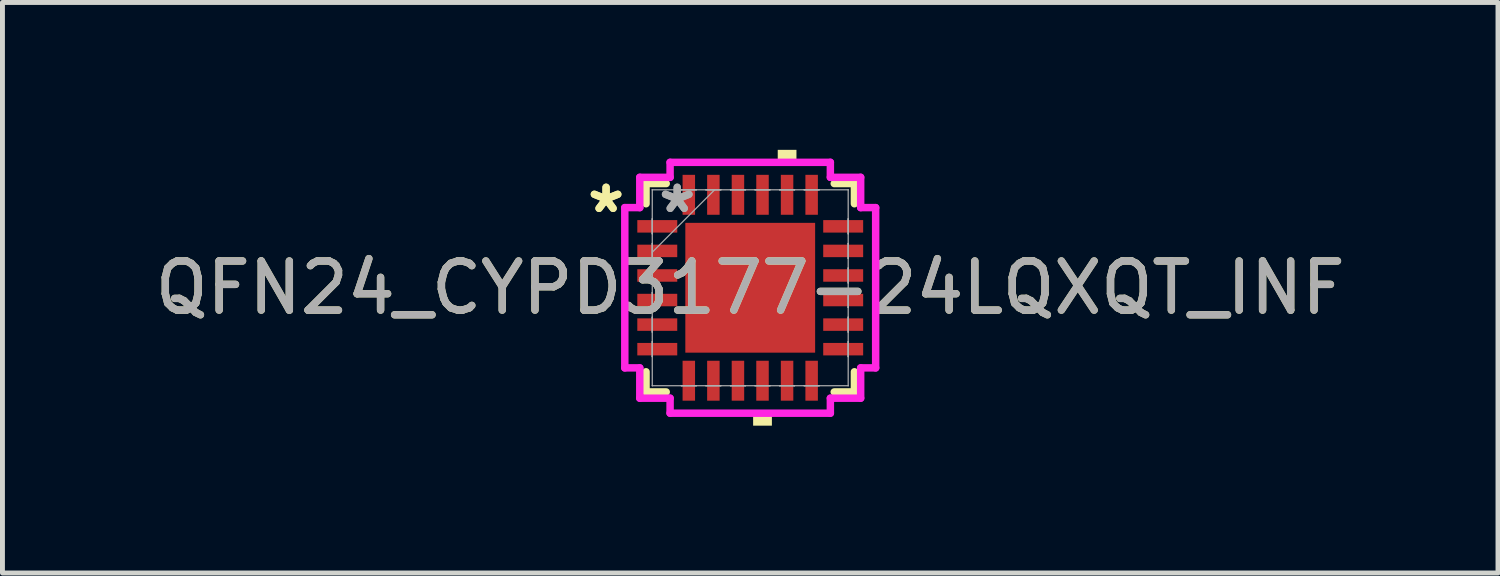
<source format=kicad_pcb>
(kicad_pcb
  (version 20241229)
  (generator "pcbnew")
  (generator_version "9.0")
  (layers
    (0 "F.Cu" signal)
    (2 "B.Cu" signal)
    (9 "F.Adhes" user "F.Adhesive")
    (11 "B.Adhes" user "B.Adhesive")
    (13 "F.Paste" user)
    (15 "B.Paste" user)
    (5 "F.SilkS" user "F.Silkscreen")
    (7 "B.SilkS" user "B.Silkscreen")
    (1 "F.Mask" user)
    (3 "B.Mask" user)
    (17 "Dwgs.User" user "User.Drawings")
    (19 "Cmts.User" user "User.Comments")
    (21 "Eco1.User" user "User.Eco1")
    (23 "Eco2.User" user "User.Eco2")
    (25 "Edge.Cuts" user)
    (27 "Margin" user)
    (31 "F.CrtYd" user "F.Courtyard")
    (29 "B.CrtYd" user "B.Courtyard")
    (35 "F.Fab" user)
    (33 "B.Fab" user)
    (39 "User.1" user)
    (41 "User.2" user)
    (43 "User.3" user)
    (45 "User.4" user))
  (footprint "QFN24_CYPD3177-24LQXQT_INF"
    (layer "F.Cu")
    (at 12.22 2.807)
    (property "Reference" "QFN24_CYPD3177-24LQXQT_INF" (at 0 0 0) (unlocked yes) (layer "F.SilkS") (effects (font (size 1 1) (thickness 0.15))))
    (attr smd)
    (fp_line (start -2.121 -2.121) (end -2.121 -1.71) (stroke (width 0.152) (type solid)) (layer "F.SilkS"))
    (fp_line (start -2.121 1.71) (end -2.121 2.121) (stroke (width 0.152) (type solid)) (layer "F.SilkS"))
    (fp_line (start -2.121 2.121) (end -1.71 2.121) (stroke (width 0.152) (type solid)) (layer "F.SilkS"))
    (fp_line (start -1.71 -2.121) (end -2.121 -2.121) (stroke (width 0.152) (type solid)) (layer "F.SilkS"))
    (fp_line (start 1.71 2.121) (end 2.121 2.121) (stroke (width 0.152) (type solid)) (layer "F.SilkS"))
    (fp_line (start 2.121 -2.121) (end 1.71 -2.121) (stroke (width 0.152) (type solid)) (layer "F.SilkS"))
    (fp_line (start 2.121 -1.71) (end 2.121 -2.121) (stroke (width 0.152) (type solid)) (layer "F.SilkS"))
    (fp_line (start 2.121 2.121) (end 2.121 1.71) (stroke (width 0.152) (type solid)) (layer "F.SilkS"))
    (fp_poly (pts (xy 0.059 2.553) (xy 0.059 2.807) (xy 0.441 2.807) (xy 0.441 2.553)) (stroke (width 0) (type solid)) (fill yes) (layer "F.SilkS"))
    (fp_poly (pts (xy 0.56 -2.553) (xy 0.56 -2.807) (xy 0.941 -2.807) (xy 0.941 -2.553)) (stroke (width 0) (type solid)) (fill yes) (layer "F.SilkS"))
    (fp_poly (pts (xy -1.221 -1.221) (xy -1.221 -0.1) (xy -0.1 -0.1) (xy -0.1 -1.221)) (stroke (width 0) (type solid)) (fill yes) (layer "F.Paste"))
    (fp_poly (pts (xy -1.221 0.1) (xy -1.221 1.221) (xy -0.1 1.221) (xy -0.1 0.1)) (stroke (width 0) (type solid)) (fill yes) (layer "F.Paste"))
    (fp_poly (pts (xy 0.1 -1.221) (xy 0.1 -0.1) (xy 1.221 -0.1) (xy 1.221 -1.221)) (stroke (width 0) (type solid)) (fill yes) (layer "F.Paste"))
    (fp_poly (pts (xy 0.1 0.1) (xy 0.1 1.221) (xy 1.221 1.221) (xy 1.221 0.1)) (stroke (width 0) (type solid)) (fill yes) (layer "F.Paste"))
    (fp_line (start -2.553 -1.631) (end -2.248 -1.631) (stroke (width 0.152) (type solid)) (layer "F.CrtYd"))
    (fp_line (start -2.553 1.631) (end -2.553 -1.631) (stroke (width 0.152) (type solid)) (layer "F.CrtYd"))
    (fp_line (start -2.248 -2.248) (end -1.631 -2.248) (stroke (width 0.152) (type solid)) (layer "F.CrtYd"))
    (fp_line (start -2.248 -1.631) (end -2.248 -2.248) (stroke (width 0.152) (type solid)) (layer "F.CrtYd"))
    (fp_line (start -2.248 1.631) (end -2.553 1.631) (stroke (width 0.152) (type solid)) (layer "F.CrtYd"))
    (fp_line (start -2.248 2.248) (end -2.248 1.631) (stroke (width 0.152) (type solid)) (layer "F.CrtYd"))
    (fp_line (start -1.631 -2.553) (end 1.631 -2.553) (stroke (width 0.152) (type solid)) (layer "F.CrtYd"))
    (fp_line (start -1.631 -2.248) (end -1.631 -2.553) (stroke (width 0.152) (type solid)) (layer "F.CrtYd"))
    (fp_line (start -1.631 2.248) (end -2.248 2.248) (stroke (width 0.152) (type solid)) (layer "F.CrtYd"))
    (fp_line (start -1.631 2.553) (end -1.631 2.248) (stroke (width 0.152) (type solid)) (layer "F.CrtYd"))
    (fp_line (start 1.631 -2.553) (end 1.631 -2.248) (stroke (width 0.152) (type solid)) (layer "F.CrtYd"))
    (fp_line (start 1.631 -2.248) (end 2.248 -2.248) (stroke (width 0.152) (type solid)) (layer "F.CrtYd"))
    (fp_line (start 1.631 2.248) (end 1.631 2.553) (stroke (width 0.152) (type solid)) (layer "F.CrtYd"))
    (fp_line (start 1.631 2.553) (end -1.631 2.553) (stroke (width 0.152) (type solid)) (layer "F.CrtYd"))
    (fp_line (start 2.248 -2.248) (end 2.248 -1.631) (stroke (width 0.152) (type solid)) (layer "F.CrtYd"))
    (fp_line (start 2.248 -1.631) (end 2.553 -1.631) (stroke (width 0.152) (type solid)) (layer "F.CrtYd"))
    (fp_line (start 2.248 1.631) (end 2.248 2.248) (stroke (width 0.152) (type solid)) (layer "F.CrtYd"))
    (fp_line (start 2.248 2.248) (end 1.631 2.248) (stroke (width 0.152) (type solid)) (layer "F.CrtYd"))
    (fp_line (start 2.553 -1.631) (end 2.553 1.631) (stroke (width 0.152) (type solid)) (layer "F.CrtYd"))
    (fp_line (start 2.553 1.631) (end 2.248 1.631) (stroke (width 0.152) (type solid)) (layer "F.CrtYd"))
    (fp_line (start -1.994 -1.994) (end -1.994 -1.994) (stroke (width 0.025) (type solid)) (layer "F.Fab"))
    (fp_line (start -1.994 -1.994) (end -1.994 1.994) (stroke (width 0.025) (type solid)) (layer "F.Fab"))
    (fp_line (start -1.994 -1.402) (end -1.994 -1.402) (stroke (width 0.025) (type solid)) (layer "F.Fab"))
    (fp_line (start -1.994 -1.402) (end -1.994 -1.098) (stroke (width 0.025) (type solid)) (layer "F.Fab"))
    (fp_line (start -1.994 -1.098) (end -1.994 -1.402) (stroke (width 0.025) (type solid)) (layer "F.Fab"))
    (fp_line (start -1.994 -1.098) (end -1.994 -1.098) (stroke (width 0.025) (type solid)) (layer "F.Fab"))
    (fp_line (start -1.994 -0.902) (end -1.994 -0.902) (stroke (width 0.025) (type solid)) (layer "F.Fab"))
    (fp_line (start -1.994 -0.902) (end -1.994 -0.598) (stroke (width 0.025) (type solid)) (layer "F.Fab"))
    (fp_line (start -1.994 -0.724) (end -0.724 -1.994) (stroke (width 0.025) (type solid)) (layer "F.Fab"))
    (fp_line (start -1.994 -0.598) (end -1.994 -0.902) (stroke (width 0.025) (type solid)) (layer "F.Fab"))
    (fp_line (start -1.994 -0.598) (end -1.994 -0.598) (stroke (width 0.025) (type solid)) (layer "F.Fab"))
    (fp_line (start -1.994 -0.402) (end -1.994 -0.402) (stroke (width 0.025) (type solid)) (layer "F.Fab"))
    (fp_line (start -1.994 -0.402) (end -1.994 -0.098) (stroke (width 0.025) (type solid)) (layer "F.Fab"))
    (fp_line (start -1.994 -0.098) (end -1.994 -0.402) (stroke (width 0.025) (type solid)) (layer "F.Fab"))
    (fp_line (start -1.994 -0.098) (end -1.994 -0.098) (stroke (width 0.025) (type solid)) (layer "F.Fab"))
    (fp_line (start -1.994 0.098) (end -1.994 0.098) (stroke (width 0.025) (type solid)) (layer "F.Fab"))
    (fp_line (start -1.994 0.098) (end -1.994 0.402) (stroke (width 0.025) (type solid)) (layer "F.Fab"))
    (fp_line (start -1.994 0.402) (end -1.994 0.098) (stroke (width 0.025) (type solid)) (layer "F.Fab"))
    (fp_line (start -1.994 0.402) (end -1.994 0.402) (stroke (width 0.025) (type solid)) (layer "F.Fab"))
    (fp_line (start -1.994 0.598) (end -1.994 0.598) (stroke (width 0.025) (type solid)) (layer "F.Fab"))
    (fp_line (start -1.994 0.598) (end -1.994 0.902) (stroke (width 0.025) (type solid)) (layer "F.Fab"))
    (fp_line (start -1.994 0.902) (end -1.994 0.598) (stroke (width 0.025) (type solid)) (layer "F.Fab"))
    (fp_line (start -1.994 0.902) (end -1.994 0.902) (stroke (width 0.025) (type solid)) (layer "F.Fab"))
    (fp_line (start -1.994 1.098) (end -1.994 1.098) (stroke (width 0.025) (type solid)) (layer "F.Fab"))
    (fp_line (start -1.994 1.098) (end -1.994 1.402) (stroke (width 0.025) (type solid)) (layer "F.Fab"))
    (fp_line (start -1.994 1.402) (end -1.994 1.098) (stroke (width 0.025) (type solid)) (layer "F.Fab"))
    (fp_line (start -1.994 1.402) (end -1.994 1.402) (stroke (width 0.025) (type solid)) (layer "F.Fab"))
    (fp_line (start -1.994 1.994) (end -1.994 1.994) (stroke (width 0.025) (type solid)) (layer "F.Fab"))
    (fp_line (start -1.994 1.994) (end 1.994 1.994) (stroke (width 0.025) (type solid)) (layer "F.Fab"))
    (fp_line (start -1.402 -1.994) (end -1.402 -1.994) (stroke (width 0.025) (type solid)) (layer "F.Fab"))
    (fp_line (start -1.402 -1.994) (end -1.098 -1.994) (stroke (width 0.025) (type solid)) (layer "F.Fab"))
    (fp_line (start -1.402 1.994) (end -1.402 1.994) (stroke (width 0.025) (type solid)) (layer "F.Fab"))
    (fp_line (start -1.402 1.994) (end -1.098 1.994) (stroke (width 0.025) (type solid)) (layer "F.Fab"))
    (fp_line (start -1.098 -1.994) (end -1.402 -1.994) (stroke (width 0.025) (type solid)) (layer "F.Fab"))
    (fp_line (start -1.098 -1.994) (end -1.098 -1.994) (stroke (width 0.025) (type solid)) (layer "F.Fab"))
    (fp_line (start -1.098 1.994) (end -1.402 1.994) (stroke (width 0.025) (type solid)) (layer "F.Fab"))
    (fp_line (start -1.098 1.994) (end -1.098 1.994) (stroke (width 0.025) (type solid)) (layer "F.Fab"))
    (fp_line (start -0.902 -1.994) (end -0.902 -1.994) (stroke (width 0.025) (type solid)) (layer "F.Fab"))
    (fp_line (start -0.902 -1.994) (end -0.598 -1.994) (stroke (width 0.025) (type solid)) (layer "F.Fab"))
    (fp_line (start -0.902 1.994) (end -0.902 1.994) (stroke (width 0.025) (type solid)) (layer "F.Fab"))
    (fp_line (start -0.902 1.994) (end -0.598 1.994) (stroke (width 0.025) (type solid)) (layer "F.Fab"))
    (fp_line (start -0.598 -1.994) (end -0.902 -1.994) (stroke (width 0.025) (type solid)) (layer "F.Fab"))
    (fp_line (start -0.598 -1.994) (end -0.598 -1.994) (stroke (width 0.025) (type solid)) (layer "F.Fab"))
    (fp_line (start -0.598 1.994) (end -0.902 1.994) (stroke (width 0.025) (type solid)) (layer "F.Fab"))
    (fp_line (start -0.598 1.994) (end -0.598 1.994) (stroke (width 0.025) (type solid)) (layer "F.Fab"))
    (fp_line (start -0.402 -1.994) (end -0.402 -1.994) (stroke (width 0.025) (type solid)) (layer "F.Fab"))
    (fp_line (start -0.402 -1.994) (end -0.098 -1.994) (stroke (width 0.025) (type solid)) (layer "F.Fab"))
    (fp_line (start -0.402 1.994) (end -0.402 1.994) (stroke (width 0.025) (type solid)) (layer "F.Fab"))
    (fp_line (start -0.402 1.994) (end -0.098 1.994) (stroke (width 0.025) (type solid)) (layer "F.Fab"))
    (fp_line (start -0.098 -1.994) (end -0.402 -1.994) (stroke (width 0.025) (type solid)) (layer "F.Fab"))
    (fp_line (start -0.098 -1.994) (end -0.098 -1.994) (stroke (width 0.025) (type solid)) (layer "F.Fab"))
    (fp_line (start -0.098 1.994) (end -0.402 1.994) (stroke (width 0.025) (type solid)) (layer "F.Fab"))
    (fp_line (start -0.098 1.994) (end -0.098 1.994) (stroke (width 0.025) (type solid)) (layer "F.Fab"))
    (fp_line (start 0.098 -1.994) (end 0.098 -1.994) (stroke (width 0.025) (type solid)) (layer "F.Fab"))
    (fp_line (start 0.098 -1.994) (end 0.402 -1.994) (stroke (width 0.025) (type solid)) (layer "F.Fab"))
    (fp_line (start 0.098 1.994) (end 0.098 1.994) (stroke (width 0.025) (type solid)) (layer "F.Fab"))
    (fp_line (start 0.098 1.994) (end 0.402 1.994) (stroke (width 0.025) (type solid)) (layer "F.Fab"))
    (fp_line (start 0.402 -1.994) (end 0.098 -1.994) (stroke (width 0.025) (type solid)) (layer "F.Fab"))
    (fp_line (start 0.402 -1.994) (end 0.402 -1.994) (stroke (width 0.025) (type solid)) (layer "F.Fab"))
    (fp_line (start 0.402 1.994) (end 0.098 1.994) (stroke (width 0.025) (type solid)) (layer "F.Fab"))
    (fp_line (start 0.402 1.994) (end 0.402 1.994) (stroke (width 0.025) (type solid)) (layer "F.Fab"))
    (fp_line (start 0.598 -1.994) (end 0.598 -1.994) (stroke (width 0.025) (type solid)) (layer "F.Fab"))
    (fp_line (start 0.598 -1.994) (end 0.902 -1.994) (stroke (width 0.025) (type solid)) (layer "F.Fab"))
    (fp_line (start 0.598 1.994) (end 0.598 1.994) (stroke (width 0.025) (type solid)) (layer "F.Fab"))
    (fp_line (start 0.598 1.994) (end 0.902 1.994) (stroke (width 0.025) (type solid)) (layer "F.Fab"))
    (fp_line (start 0.902 -1.994) (end 0.598 -1.994) (stroke (width 0.025) (type solid)) (layer "F.Fab"))
    (fp_line (start 0.902 -1.994) (end 0.902 -1.994) (stroke (width 0.025) (type solid)) (layer "F.Fab"))
    (fp_line (start 0.902 1.994) (end 0.598 1.994) (stroke (width 0.025) (type solid)) (layer "F.Fab"))
    (fp_line (start 0.902 1.994) (end 0.902 1.994) (stroke (width 0.025) (type solid)) (layer "F.Fab"))
    (fp_line (start 1.098 -1.994) (end 1.098 -1.994) (stroke (width 0.025) (type solid)) (layer "F.Fab"))
    (fp_line (start 1.098 -1.994) (end 1.402 -1.994) (stroke (width 0.025) (type solid)) (layer "F.Fab"))
    (fp_line (start 1.098 1.994) (end 1.098 1.994) (stroke (width 0.025) (type solid)) (layer "F.Fab"))
    (fp_line (start 1.098 1.994) (end 1.402 1.994) (stroke (width 0.025) (type solid)) (layer "F.Fab"))
    (fp_line (start 1.402 -1.994) (end 1.098 -1.994) (stroke (width 0.025) (type solid)) (layer "F.Fab"))
    (fp_line (start 1.402 -1.994) (end 1.402 -1.994) (stroke (width 0.025) (type solid)) (layer "F.Fab"))
    (fp_line (start 1.402 1.994) (end 1.098 1.994) (stroke (width 0.025) (type solid)) (layer "F.Fab"))
    (fp_line (start 1.402 1.994) (end 1.402 1.994) (stroke (width 0.025) (type solid)) (layer "F.Fab"))
    (fp_line (start 1.994 -1.994) (end -1.994 -1.994) (stroke (width 0.025) (type solid)) (layer "F.Fab"))
    (fp_line (start 1.994 -1.994) (end 1.994 -1.994) (stroke (width 0.025) (type solid)) (layer "F.Fab"))
    (fp_line (start 1.994 -1.402) (end 1.994 -1.402) (stroke (width 0.025) (type solid)) (layer "F.Fab"))
    (fp_line (start 1.994 -1.402) (end 1.994 -1.098) (stroke (width 0.025) (type solid)) (layer "F.Fab"))
    (fp_line (start 1.994 -1.098) (end 1.994 -1.402) (stroke (width 0.025) (type solid)) (layer "F.Fab"))
    (fp_line (start 1.994 -1.098) (end 1.994 -1.098) (stroke (width 0.025) (type solid)) (layer "F.Fab"))
    (fp_line (start 1.994 -0.902) (end 1.994 -0.902) (stroke (width 0.025) (type solid)) (layer "F.Fab"))
    (fp_line (start 1.994 -0.902) (end 1.994 -0.598) (stroke (width 0.025) (type solid)) (layer "F.Fab"))
    (fp_line (start 1.994 -0.598) (end 1.994 -0.902) (stroke (width 0.025) (type solid)) (layer "F.Fab"))
    (fp_line (start 1.994 -0.598) (end 1.994 -0.598) (stroke (width 0.025) (type solid)) (layer "F.Fab"))
    (fp_line (start 1.994 -0.402) (end 1.994 -0.402) (stroke (width 0.025) (type solid)) (layer "F.Fab"))
    (fp_line (start 1.994 -0.402) (end 1.994 -0.098) (stroke (width 0.025) (type solid)) (layer "F.Fab"))
    (fp_line (start 1.994 -0.098) (end 1.994 -0.402) (stroke (width 0.025) (type solid)) (layer "F.Fab"))
    (fp_line (start 1.994 -0.098) (end 1.994 -0.098) (stroke (width 0.025) (type solid)) (layer "F.Fab"))
    (fp_line (start 1.994 0.098) (end 1.994 0.098) (stroke (width 0.025) (type solid)) (layer "F.Fab"))
    (fp_line (start 1.994 0.098) (end 1.994 0.402) (stroke (width 0.025) (type solid)) (layer "F.Fab"))
    (fp_line (start 1.994 0.402) (end 1.994 0.098) (stroke (width 0.025) (type solid)) (layer "F.Fab"))
    (fp_line (start 1.994 0.402) (end 1.994 0.402) (stroke (width 0.025) (type solid)) (layer "F.Fab"))
    (fp_line (start 1.994 0.598) (end 1.994 0.598) (stroke (width 0.025) (type solid)) (layer "F.Fab"))
    (fp_line (start 1.994 0.598) (end 1.994 0.902) (stroke (width 0.025) (type solid)) (layer "F.Fab"))
    (fp_line (start 1.994 0.902) (end 1.994 0.598) (stroke (width 0.025) (type solid)) (layer "F.Fab"))
    (fp_line (start 1.994 0.902) (end 1.994 0.902) (stroke (width 0.025) (type solid)) (layer "F.Fab"))
    (fp_line (start 1.994 1.098) (end 1.994 1.098) (stroke (width 0.025) (type solid)) (layer "F.Fab"))
    (fp_line (start 1.994 1.098) (end 1.994 1.402) (stroke (width 0.025) (type solid)) (layer "F.Fab"))
    (fp_line (start 1.994 1.402) (end 1.994 1.098) (stroke (width 0.025) (type solid)) (layer "F.Fab"))
    (fp_line (start 1.994 1.402) (end 1.994 1.402) (stroke (width 0.025) (type solid)) (layer "F.Fab"))
    (fp_line (start 1.994 1.994) (end 1.994 -1.994) (stroke (width 0.025) (type solid)) (layer "F.Fab"))
    (fp_line (start 1.994 1.994) (end 1.994 1.994) (stroke (width 0.025) (type solid)) (layer "F.Fab"))
    (fp_text user "*" (at -2.934 -1.5 0) (layer "F.SilkS") (effects (font (size 1 1) (thickness 0.15))))
    (fp_text user "*" (at -2.934 -1.5 0) (unlocked yes) (layer "F.SilkS") (effects (font (size 1 1) (thickness 0.15))))
    (fp_text user "*" (at -1.486 -1.5 0) (unlocked yes) (layer "F.Fab") (effects (font (size 1 1) (thickness 0.15))))
    (fp_text user "${REFERENCE}" (at 0 0 0) (unlocked yes) (layer "F.Fab") (effects (font (size 1 1) (thickness 0.15))))
    (fp_text user "*" (at -1.486 -1.5 0) (layer "F.Fab") (effects (font (size 1 1) (thickness 0.15))))
    (pad "1" smd rect (at -1.892 -1.25 90) (size 0.254 0.813) (layers "F.Cu" "F.Mask" "F.Paste"))
    (pad "2" smd rect (at -1.892 -0.75 90) (size 0.254 0.813) (layers "F.Cu" "F.Mask" "F.Paste"))
    (pad "3" smd rect (at -1.892 -0.25 90) (size 0.254 0.813) (layers "F.Cu" "F.Mask" "F.Paste"))
    (pad "4" smd rect (at -1.892 0.25 90) (size 0.254 0.813) (layers "F.Cu" "F.Mask" "F.Paste"))
    (pad "5" smd rect (at -1.892 0.75 90) (size 0.254 0.813) (layers "F.Cu" "F.Mask" "F.Paste"))
    (pad "6" smd rect (at -1.892 1.25 90) (size 0.254 0.813) (layers "F.Cu" "F.Mask" "F.Paste"))
    (pad "7" smd rect (at -1.25 1.892) (size 0.254 0.813) (layers "F.Cu" "F.Mask" "F.Paste"))
    (pad "8" smd rect (at -0.75 1.892) (size 0.254 0.813) (layers "F.Cu" "F.Mask" "F.Paste"))
    (pad "9" smd rect (at -0.25 1.892) (size 0.254 0.813) (layers "F.Cu" "F.Mask" "F.Paste"))
    (pad "10" smd rect (at 0.25 1.892) (size 0.254 0.813) (layers "F.Cu" "F.Mask" "F.Paste"))
    (pad "11" smd rect (at 0.75 1.892) (size 0.254 0.813) (layers "F.Cu" "F.Mask" "F.Paste"))
    (pad "12" smd rect (at 1.25 1.892) (size 0.254 0.813) (layers "F.Cu" "F.Mask" "F.Paste"))
    (pad "13" smd rect (at 1.892 1.25 90) (size 0.254 0.813) (layers "F.Cu" "F.Mask" "F.Paste"))
    (pad "14" smd rect (at 1.892 0.75 90) (size 0.254 0.813) (layers "F.Cu" "F.Mask" "F.Paste"))
    (pad "15" smd rect (at 1.892 0.25 90) (size 0.254 0.813) (layers "F.Cu" "F.Mask" "F.Paste"))
    (pad "16" smd rect (at 1.892 -0.25 90) (size 0.254 0.813) (layers "F.Cu" "F.Mask" "F.Paste"))
    (pad "17" smd rect (at 1.892 -0.75 90) (size 0.254 0.813) (layers "F.Cu" "F.Mask" "F.Paste"))
    (pad "18" smd rect (at 1.892 -1.25 90) (size 0.254 0.813) (layers "F.Cu" "F.Mask" "F.Paste"))
    (pad "19" smd rect (at 1.25 -1.892) (size 0.254 0.813) (layers "F.Cu" "F.Mask" "F.Paste"))
    (pad "20" smd rect (at 0.75 -1.892) (size 0.254 0.813) (layers "F.Cu" "F.Mask" "F.Paste"))
    (pad "21" smd rect (at 0.25 -1.892) (size 0.254 0.813) (layers "F.Cu" "F.Mask" "F.Paste"))
    (pad "22" smd rect (at -0.25 -1.892) (size 0.254 0.813) (layers "F.Cu" "F.Mask" "F.Paste"))
    (pad "23" smd rect (at -0.75 -1.892) (size 0.254 0.813) (layers "F.Cu" "F.Mask" "F.Paste"))
    (pad "24" smd rect (at -1.25 -1.892) (size 0.254 0.813) (layers "F.Cu" "F.Mask" "F.Paste"))
    (pad "25" smd rect (at 0 0) (size 2.642 2.642) (layers "F.Cu" "F.Mask" "F.Paste")))
  (gr_rect
    (start -3 -3)
    (end 27.44 8.613)
    (stroke (width 0.1) (type default))
    (fill no)
    (layer "Edge.Cuts")))
</source>
